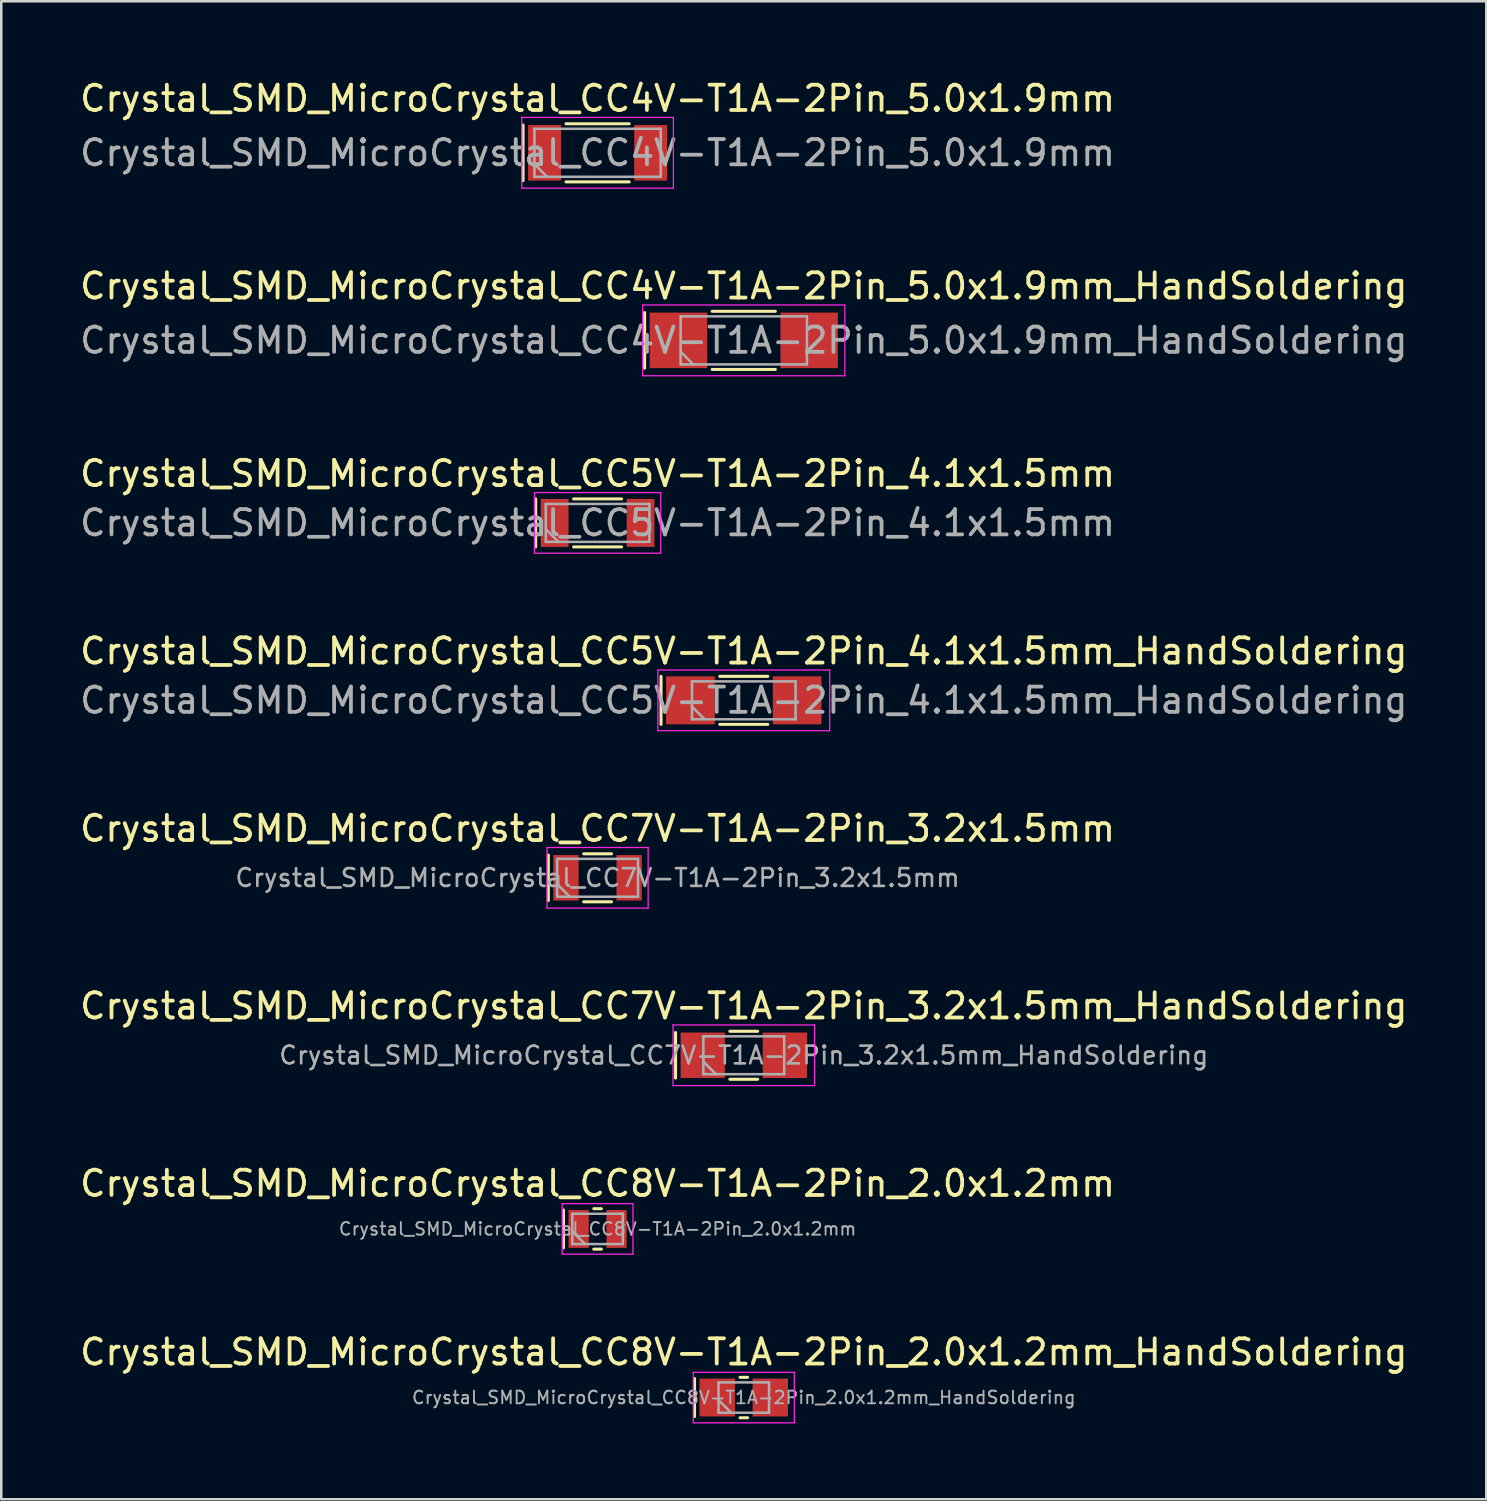
<source format=kicad_pcb>
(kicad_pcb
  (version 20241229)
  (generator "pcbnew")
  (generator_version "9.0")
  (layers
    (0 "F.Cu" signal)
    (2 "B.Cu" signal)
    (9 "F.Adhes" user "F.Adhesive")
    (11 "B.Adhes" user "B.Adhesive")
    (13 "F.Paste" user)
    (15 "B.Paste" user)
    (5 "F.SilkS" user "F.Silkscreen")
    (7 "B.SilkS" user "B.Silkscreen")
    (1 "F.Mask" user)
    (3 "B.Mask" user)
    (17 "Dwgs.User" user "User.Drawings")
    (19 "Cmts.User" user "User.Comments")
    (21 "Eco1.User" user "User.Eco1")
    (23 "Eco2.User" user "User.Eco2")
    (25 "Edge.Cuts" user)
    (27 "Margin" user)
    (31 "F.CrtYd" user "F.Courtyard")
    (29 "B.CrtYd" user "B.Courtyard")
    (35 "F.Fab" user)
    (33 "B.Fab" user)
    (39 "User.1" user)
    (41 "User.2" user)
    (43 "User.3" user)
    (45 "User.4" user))
  (footprint "Crystal_SMD_MicroCrystal_CC7V-T1A-2Pin_3.2x1.5mm_HandSoldering"
    (layer "F.Cu")
    (at 26.387 38.715)
    (property "Reference" "Crystal_SMD_MicroCrystal_CC7V-T1A-2Pin_3.2x1.5mm_HandSoldering" (at 0 -1.95 0) (layer "F.SilkS") (effects (font (size 1 1) (thickness 0.15))))
    (attr smd)
    (fp_line (start -2.7 -0.9) (end -2.7 0.9) (stroke (width 0.12) (type solid)) (layer "F.SilkS"))
    (fp_line (start -0.55 -0.95) (end 0.55 -0.95) (stroke (width 0.12) (type solid)) (layer "F.SilkS"))
    (fp_line (start -0.55 0.95) (end 0.55 0.95) (stroke (width 0.12) (type solid)) (layer "F.SilkS"))
    (fp_line (start -2.8 -1.2) (end -2.8 1.2) (stroke (width 0.05) (type solid)) (layer "F.CrtYd"))
    (fp_line (start -2.8 1.2) (end 2.8 1.2) (stroke (width 0.05) (type solid)) (layer "F.CrtYd"))
    (fp_line (start 2.8 -1.2) (end -2.8 -1.2) (stroke (width 0.05) (type solid)) (layer "F.CrtYd"))
    (fp_line (start 2.8 1.2) (end 2.8 -1.2) (stroke (width 0.05) (type solid)) (layer "F.CrtYd"))
    (fp_line (start -1.6 -0.75) (end -1.6 0.75) (stroke (width 0.1) (type solid)) (layer "F.Fab"))
    (fp_line (start -1.6 0.25) (end -1.1 0.75) (stroke (width 0.1) (type solid)) (layer "F.Fab"))
    (fp_line (start -1.6 0.75) (end 1.6 0.75) (stroke (width 0.1) (type solid)) (layer "F.Fab"))
    (fp_line (start 1.6 -0.75) (end -1.6 -0.75) (stroke (width 0.1) (type solid)) (layer "F.Fab"))
    (fp_line (start 1.6 0.75) (end 1.6 -0.75) (stroke (width 0.1) (type solid)) (layer "F.Fab"))
    (fp_text user "${REFERENCE}" (at 0 0 0) (layer "F.Fab") (effects (font (size 0.7 0.7) (thickness 0.105))))
    (pad "1" smd rect (at -1.625 0) (size 1.75 1.8) (layers "F.Cu" "F.Mask" "F.Paste"))
    (pad "2" smd rect (at 1.625 0) (size 1.75 1.8) (layers "F.Cu" "F.Mask" "F.Paste")))
  (footprint "Crystal_SMD_MicroCrystal_CC5V-T1A-2Pin_4.1x1.5mm_HandSoldering"
    (layer "F.Cu")
    (at 26.387 24.668)
    (property "Reference" "Crystal_SMD_MicroCrystal_CC5V-T1A-2Pin_4.1x1.5mm_HandSoldering" (at 0 -1.95 0) (layer "F.SilkS") (effects (font (size 1 1) (thickness 0.15))))
    (attr smd)
    (fp_line (start -3.275 -0.95) (end -3.275 0.95) (stroke (width 0.12) (type solid)) (layer "F.SilkS"))
    (fp_line (start -0.95 -0.95) (end 0.95 -0.95) (stroke (width 0.12) (type solid)) (layer "F.SilkS"))
    (fp_line (start -0.95 0.95) (end 0.95 0.95) (stroke (width 0.12) (type solid)) (layer "F.SilkS"))
    (fp_line (start -3.4 -1.2) (end -3.4 1.2) (stroke (width 0.05) (type solid)) (layer "F.CrtYd"))
    (fp_line (start -3.4 1.2) (end 3.4 1.2) (stroke (width 0.05) (type solid)) (layer "F.CrtYd"))
    (fp_line (start 3.4 -1.2) (end -3.4 -1.2) (stroke (width 0.05) (type solid)) (layer "F.CrtYd"))
    (fp_line (start 3.4 1.2) (end 3.4 -1.2) (stroke (width 0.05) (type solid)) (layer "F.CrtYd"))
    (fp_line (start -2.05 -0.75) (end -2.05 0.75) (stroke (width 0.1) (type solid)) (layer "F.Fab"))
    (fp_line (start -2.05 0.25) (end -1.55 0.75) (stroke (width 0.1) (type solid)) (layer "F.Fab"))
    (fp_line (start -2.05 0.75) (end 2.05 0.75) (stroke (width 0.1) (type solid)) (layer "F.Fab"))
    (fp_line (start 2.05 -0.75) (end -2.05 -0.75) (stroke (width 0.1) (type solid)) (layer "F.Fab"))
    (fp_line (start 2.05 0.75) (end 2.05 -0.75) (stroke (width 0.1) (type solid)) (layer "F.Fab"))
    (fp_text user "${REFERENCE}" (at 0 0 0) (layer "F.Fab") (effects (font (size 1 1) (thickness 0.15))))
    (pad "1" smd rect (at -2.112 0) (size 1.925 1.9) (layers "F.Cu" "F.Mask" "F.Paste"))
    (pad "2" smd rect (at 2.112 0) (size 1.925 1.9) (layers "F.Cu" "F.Mask" "F.Paste")))
  (footprint "Crystal_SMD_MicroCrystal_CC8V-T1A-2Pin_2.0x1.2mm_HandSoldering"
    (layer "F.Cu")
    (at 26.387 52.261)
    (property "Reference" "Crystal_SMD_MicroCrystal_CC8V-T1A-2Pin_2.0x1.2mm_HandSoldering" (at 0 -1.8 0) (layer "F.SilkS") (effects (font (size 1 1) (thickness 0.15))))
    (attr smd)
    (fp_line (start -1.95 -0.75) (end -1.95 0.75) (stroke (width 0.12) (type solid)) (layer "F.SilkS"))
    (fp_line (start -0.15 -0.8) (end 0.15 -0.8) (stroke (width 0.12) (type solid)) (layer "F.SilkS"))
    (fp_line (start -0.15 0.8) (end 0.15 0.8) (stroke (width 0.12) (type solid)) (layer "F.SilkS"))
    (fp_line (start -2 -1) (end -2 1) (stroke (width 0.05) (type solid)) (layer "F.CrtYd"))
    (fp_line (start -2 1) (end 2 1) (stroke (width 0.05) (type solid)) (layer "F.CrtYd"))
    (fp_line (start 2 -1) (end -2 -1) (stroke (width 0.05) (type solid)) (layer "F.CrtYd"))
    (fp_line (start 2 1) (end 2 -1) (stroke (width 0.05) (type solid)) (layer "F.CrtYd"))
    (fp_line (start -1 -0.6) (end -1 0.6) (stroke (width 0.1) (type solid)) (layer "F.Fab"))
    (fp_line (start -1 0.1) (end -0.5 0.6) (stroke (width 0.1) (type solid)) (layer "F.Fab"))
    (fp_line (start -1 0.6) (end 1 0.6) (stroke (width 0.1) (type solid)) (layer "F.Fab"))
    (fp_line (start 1 -0.6) (end -1 -0.6) (stroke (width 0.1) (type solid)) (layer "F.Fab"))
    (fp_line (start 1 0.6) (end 1 -0.6) (stroke (width 0.1) (type solid)) (layer "F.Fab"))
    (fp_text user "${REFERENCE}" (at 0 0 0) (layer "F.Fab") (effects (font (size 0.5 0.5) (thickness 0.075))))
    (pad "1" smd rect (at -1.05 0) (size 1.4 1.5) (layers "F.Cu" "F.Mask" "F.Paste"))
    (pad "2" smd rect (at 1.05 0) (size 1.4 1.5) (layers "F.Cu" "F.Mask" "F.Paste")))
  (footprint "Crystal_SMD_MicroCrystal_CC5V-T1A-2Pin_4.1x1.5mm"
    (layer "F.Cu")
    (at 20.601 17.645)
    (property "Reference" "Crystal_SMD_MicroCrystal_CC5V-T1A-2Pin_4.1x1.5mm" (at 0 -1.95 0) (layer "F.SilkS") (effects (font (size 1 1) (thickness 0.15))))
    (attr smd)
    (fp_line (start -2.45 -0.95) (end -2.45 0.95) (stroke (width 0.12) (type solid)) (layer "F.SilkS"))
    (fp_line (start -0.95 -0.95) (end 0.95 -0.95) (stroke (width 0.12) (type solid)) (layer "F.SilkS"))
    (fp_line (start -0.95 0.95) (end 0.95 0.95) (stroke (width 0.12) (type solid)) (layer "F.SilkS"))
    (fp_line (start -2.5 -1.2) (end -2.5 1.2) (stroke (width 0.05) (type solid)) (layer "F.CrtYd"))
    (fp_line (start -2.5 1.2) (end 2.5 1.2) (stroke (width 0.05) (type solid)) (layer "F.CrtYd"))
    (fp_line (start 2.5 -1.2) (end -2.5 -1.2) (stroke (width 0.05) (type solid)) (layer "F.CrtYd"))
    (fp_line (start 2.5 1.2) (end 2.5 -1.2) (stroke (width 0.05) (type solid)) (layer "F.CrtYd"))
    (fp_line (start -2.05 -0.75) (end -2.05 0.75) (stroke (width 0.1) (type solid)) (layer "F.Fab"))
    (fp_line (start -2.05 0.25) (end -1.55 0.75) (stroke (width 0.1) (type solid)) (layer "F.Fab"))
    (fp_line (start -2.05 0.75) (end 2.05 0.75) (stroke (width 0.1) (type solid)) (layer "F.Fab"))
    (fp_line (start 2.05 -0.75) (end -2.05 -0.75) (stroke (width 0.1) (type solid)) (layer "F.Fab"))
    (fp_line (start 2.05 0.75) (end 2.05 -0.75) (stroke (width 0.1) (type solid)) (layer "F.Fab"))
    (fp_text user "${REFERENCE}" (at 0 0 0) (layer "F.Fab") (effects (font (size 1 1) (thickness 0.15))))
    (pad "1" smd rect (at -1.7 0) (size 1.1 1.9) (layers "F.Cu" "F.Mask" "F.Paste"))
    (pad "2" smd rect (at 1.7 0) (size 1.1 1.9) (layers "F.Cu" "F.Mask" "F.Paste")))
  (footprint "Crystal_SMD_MicroCrystal_CC4V-T1A-2Pin_5.0x1.9mm_HandSoldering"
    (layer "F.Cu")
    (at 26.387 10.421)
    (property "Reference" "Crystal_SMD_MicroCrystal_CC4V-T1A-2Pin_5.0x1.9mm_HandSoldering" (at 0 -2.15 0) (layer "F.SilkS") (effects (font (size 1 1) (thickness 0.15))))
    (attr smd)
    (fp_line (start -3.925 -1.1) (end -3.925 1.1) (stroke (width 0.12) (type solid)) (layer "F.SilkS"))
    (fp_line (start -1.25 -1.15) (end 1.25 -1.15) (stroke (width 0.12) (type solid)) (layer "F.SilkS"))
    (fp_line (start -1.25 1.15) (end 1.25 1.15) (stroke (width 0.12) (type solid)) (layer "F.SilkS"))
    (fp_line (start -4 -1.4) (end -4 1.4) (stroke (width 0.05) (type solid)) (layer "F.CrtYd"))
    (fp_line (start -4 1.4) (end 4 1.4) (stroke (width 0.05) (type solid)) (layer "F.CrtYd"))
    (fp_line (start 4 -1.4) (end -4 -1.4) (stroke (width 0.05) (type solid)) (layer "F.CrtYd"))
    (fp_line (start 4 1.4) (end 4 -1.4) (stroke (width 0.05) (type solid)) (layer "F.CrtYd"))
    (fp_line (start -2.5 -0.95) (end -2.5 0.95) (stroke (width 0.1) (type solid)) (layer "F.Fab"))
    (fp_line (start -2.5 0.45) (end -2 0.95) (stroke (width 0.1) (type solid)) (layer "F.Fab"))
    (fp_line (start -2.5 0.95) (end 2.5 0.95) (stroke (width 0.1) (type solid)) (layer "F.Fab"))
    (fp_line (start 2.5 -0.95) (end -2.5 -0.95) (stroke (width 0.1) (type solid)) (layer "F.Fab"))
    (fp_line (start 2.5 0.95) (end 2.5 -0.95) (stroke (width 0.1) (type solid)) (layer "F.Fab"))
    (fp_text user "${REFERENCE}" (at 0 0 0) (layer "F.Fab") (effects (font (size 1 1) (thickness 0.15))))
    (pad "1" smd rect (at -2.587 0) (size 2.275 2.2) (layers "F.Cu" "F.Mask" "F.Paste"))
    (pad "2" smd rect (at 2.587 0) (size 2.275 2.2) (layers "F.Cu" "F.Mask" "F.Paste")))
  (footprint "Crystal_SMD_MicroCrystal_CC7V-T1A-2Pin_3.2x1.5mm"
    (layer "F.Cu")
    (at 20.601 31.691)
    (property "Reference" "Crystal_SMD_MicroCrystal_CC7V-T1A-2Pin_3.2x1.5mm" (at 0 -1.95 0) (layer "F.SilkS") (effects (font (size 1 1) (thickness 0.15))))
    (attr smd)
    (fp_line (start -1.95 -0.9) (end -1.95 0.9) (stroke (width 0.12) (type solid)) (layer "F.SilkS"))
    (fp_line (start -0.55 -0.95) (end 0.55 -0.95) (stroke (width 0.12) (type solid)) (layer "F.SilkS"))
    (fp_line (start -0.55 0.95) (end 0.55 0.95) (stroke (width 0.12) (type solid)) (layer "F.SilkS"))
    (fp_line (start -2 -1.2) (end -2 1.2) (stroke (width 0.05) (type solid)) (layer "F.CrtYd"))
    (fp_line (start -2 1.2) (end 2 1.2) (stroke (width 0.05) (type solid)) (layer "F.CrtYd"))
    (fp_line (start 2 -1.2) (end -2 -1.2) (stroke (width 0.05) (type solid)) (layer "F.CrtYd"))
    (fp_line (start 2 1.2) (end 2 -1.2) (stroke (width 0.05) (type solid)) (layer "F.CrtYd"))
    (fp_line (start -1.6 -0.75) (end -1.6 0.75) (stroke (width 0.1) (type solid)) (layer "F.Fab"))
    (fp_line (start -1.6 0.25) (end -1.1 0.75) (stroke (width 0.1) (type solid)) (layer "F.Fab"))
    (fp_line (start -1.6 0.75) (end 1.6 0.75) (stroke (width 0.1) (type solid)) (layer "F.Fab"))
    (fp_line (start 1.6 -0.75) (end -1.6 -0.75) (stroke (width 0.1) (type solid)) (layer "F.Fab"))
    (fp_line (start 1.6 0.75) (end 1.6 -0.75) (stroke (width 0.1) (type solid)) (layer "F.Fab"))
    (fp_text user "${REFERENCE}" (at 0 0 0) (layer "F.Fab") (effects (font (size 0.7 0.7) (thickness 0.105))))
    (pad "1" smd rect (at -1.25 0) (size 1 1.8) (layers "F.Cu" "F.Mask" "F.Paste"))
    (pad "2" smd rect (at 1.25 0) (size 1 1.8) (layers "F.Cu" "F.Mask" "F.Paste")))
  (footprint "Crystal_SMD_MicroCrystal_CC8V-T1A-2Pin_2.0x1.2mm"
    (layer "F.Cu")
    (at 20.601 45.588)
    (property "Reference" "Crystal_SMD_MicroCrystal_CC8V-T1A-2Pin_2.0x1.2mm" (at 0 -1.8 0) (layer "F.SilkS") (effects (font (size 1 1) (thickness 0.15))))
    (attr smd)
    (fp_line (start -1.35 -0.75) (end -1.35 0.75) (stroke (width 0.12) (type solid)) (layer "F.SilkS"))
    (fp_line (start -0.15 -0.8) (end 0.15 -0.8) (stroke (width 0.12) (type solid)) (layer "F.SilkS"))
    (fp_line (start -0.15 0.8) (end 0.15 0.8) (stroke (width 0.12) (type solid)) (layer "F.SilkS"))
    (fp_line (start -1.4 -1) (end -1.4 1) (stroke (width 0.05) (type solid)) (layer "F.CrtYd"))
    (fp_line (start -1.4 1) (end 1.4 1) (stroke (width 0.05) (type solid)) (layer "F.CrtYd"))
    (fp_line (start 1.4 -1) (end -1.4 -1) (stroke (width 0.05) (type solid)) (layer "F.CrtYd"))
    (fp_line (start 1.4 1) (end 1.4 -1) (stroke (width 0.05) (type solid)) (layer "F.CrtYd"))
    (fp_line (start -1 -0.6) (end -1 0.6) (stroke (width 0.1) (type solid)) (layer "F.Fab"))
    (fp_line (start -1 0.1) (end -0.5 0.6) (stroke (width 0.1) (type solid)) (layer "F.Fab"))
    (fp_line (start -1 0.6) (end 1 0.6) (stroke (width 0.1) (type solid)) (layer "F.Fab"))
    (fp_line (start 1 -0.6) (end -1 -0.6) (stroke (width 0.1) (type solid)) (layer "F.Fab"))
    (fp_line (start 1 0.6) (end 1 -0.6) (stroke (width 0.1) (type solid)) (layer "F.Fab"))
    (fp_text user "${REFERENCE}" (at 0 0 0) (layer "F.Fab") (effects (font (size 0.5 0.5) (thickness 0.075))))
    (pad "1" smd rect (at -0.75 0) (size 0.8 1.5) (layers "F.Cu" "F.Mask" "F.Paste"))
    (pad "2" smd rect (at 0.75 0) (size 0.8 1.5) (layers "F.Cu" "F.Mask" "F.Paste")))
  (footprint "Crystal_SMD_MicroCrystal_CC4V-T1A-2Pin_5.0x1.9mm"
    (layer "F.Cu")
    (at 20.601 2.998)
    (property "Reference" "Crystal_SMD_MicroCrystal_CC4V-T1A-2Pin_5.0x1.9mm" (at 0 -2.15 0) (layer "F.SilkS") (effects (font (size 1 1) (thickness 0.15))))
    (attr smd)
    (fp_line (start -2.95 -1.1) (end -2.95 1.1) (stroke (width 0.12) (type solid)) (layer "F.SilkS"))
    (fp_line (start -1.25 -1.15) (end 1.25 -1.15) (stroke (width 0.12) (type solid)) (layer "F.SilkS"))
    (fp_line (start -1.25 1.15) (end 1.25 1.15) (stroke (width 0.12) (type solid)) (layer "F.SilkS"))
    (fp_line (start -3 -1.4) (end -3 1.4) (stroke (width 0.05) (type solid)) (layer "F.CrtYd"))
    (fp_line (start -3 1.4) (end 3 1.4) (stroke (width 0.05) (type solid)) (layer "F.CrtYd"))
    (fp_line (start 3 -1.4) (end -3 -1.4) (stroke (width 0.05) (type solid)) (layer "F.CrtYd"))
    (fp_line (start 3 1.4) (end 3 -1.4) (stroke (width 0.05) (type solid)) (layer "F.CrtYd"))
    (fp_line (start -2.5 -0.95) (end -2.5 0.95) (stroke (width 0.1) (type solid)) (layer "F.Fab"))
    (fp_line (start -2.5 0.45) (end -2 0.95) (stroke (width 0.1) (type solid)) (layer "F.Fab"))
    (fp_line (start -2.5 0.95) (end 2.5 0.95) (stroke (width 0.1) (type solid)) (layer "F.Fab"))
    (fp_line (start 2.5 -0.95) (end -2.5 -0.95) (stroke (width 0.1) (type solid)) (layer "F.Fab"))
    (fp_line (start 2.5 0.95) (end 2.5 -0.95) (stroke (width 0.1) (type solid)) (layer "F.Fab"))
    (fp_text user "${REFERENCE}" (at 0 0 0) (layer "F.Fab") (effects (font (size 1 1) (thickness 0.15))))
    (pad "1" smd rect (at -2.1 0) (size 1.3 2.2) (layers "F.Cu" "F.Mask" "F.Paste"))
    (pad "2" smd rect (at 2.1 0) (size 1.3 2.2) (layers "F.Cu" "F.Mask" "F.Paste")))
  (gr_rect
    (start -3 -3)
    (end 55.774 56.286)
    (stroke (width 0.1) (type default))
    (fill no)
    (layer "Edge.Cuts")))
</source>
